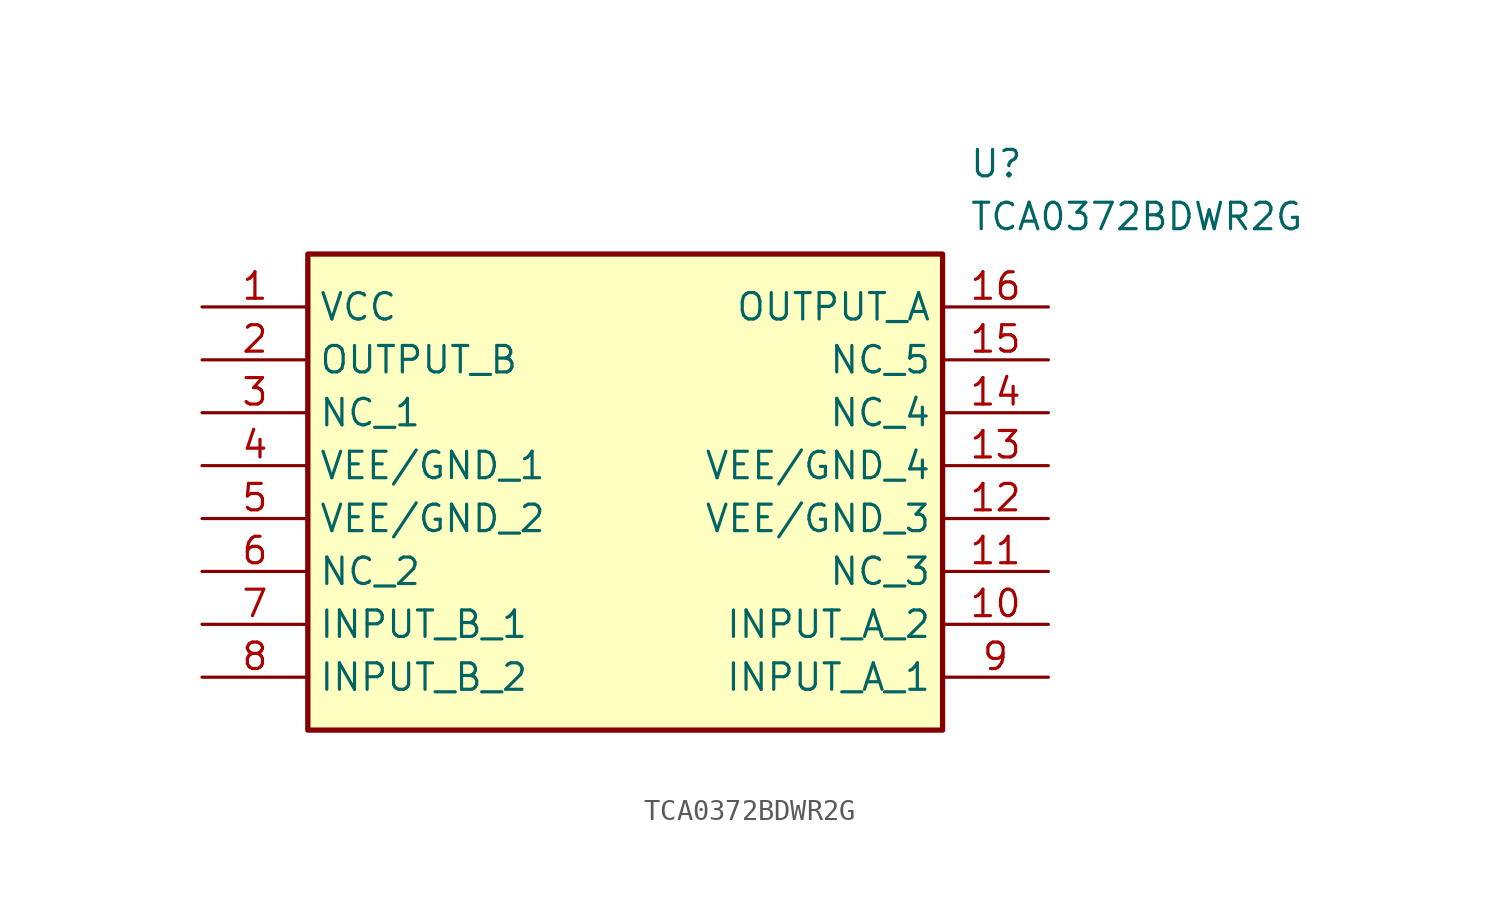
<source format=kicad_sym>
(kicad_symbol_lib
  (version 20241209)
  (generator "kicad_symbol_editor")
  (generator_version "9.0")
  (symbol "TCA0372BDWR2G"
    (property "Reference" "U"
      (at 36.83 7.62 0)
      (effects (font (size 1.27 1.27)) (justify left top)))
    (property "Value" "TCA0372BDWR2G"
      (at 36.83 5.08 0)
      (effects (font (size 1.27 1.27)) (justify left top)))
    (symbol "TCA0372BDWR2G_1_1"
      (rectangle (start 5.08 2.54) (end 35.56 -20.32) (stroke (width 0.254) (type default)) (fill (type background)))
      (pin passive line (at 0 0 0) (length 5.08) (name "VCC" (effects (font (size 1.27 1.27)))) (number "1" (effects (font (size 1.27 1.27)))))
      (pin passive line (at 0 -2.54 0) (length 5.08) (name "OUTPUT_B" (effects (font (size 1.27 1.27)))) (number "2" (effects (font (size 1.27 1.27)))))
      (pin passive line (at 0 -5.08 0) (length 5.08) (name "NC_1" (effects (font (size 1.27 1.27)))) (number "3" (effects (font (size 1.27 1.27)))))
      (pin passive line (at 0 -7.62 0) (length 5.08) (name "VEE/GND_1" (effects (font (size 1.27 1.27)))) (number "4" (effects (font (size 1.27 1.27)))))
      (pin passive line (at 0 -10.16 0) (length 5.08) (name "VEE/GND_2" (effects (font (size 1.27 1.27)))) (number "5" (effects (font (size 1.27 1.27)))))
      (pin passive line (at 0 -12.7 0) (length 5.08) (name "NC_2" (effects (font (size 1.27 1.27)))) (number "6" (effects (font (size 1.27 1.27)))))
      (pin passive line (at 0 -15.24 0) (length 5.08) (name "INPUT_B_1" (effects (font (size 1.27 1.27)))) (number "7" (effects (font (size 1.27 1.27)))))
      (pin passive line (at 0 -17.78 0) (length 5.08) (name "INPUT_B_2" (effects (font (size 1.27 1.27)))) (number "8" (effects (font (size 1.27 1.27)))))
      (pin passive line (at 40.64 0 180) (length 5.08) (name "OUTPUT_A" (effects (font (size 1.27 1.27)))) (number "16" (effects (font (size 1.27 1.27)))))
      (pin passive line (at 40.64 -2.54 180) (length 5.08) (name "NC_5" (effects (font (size 1.27 1.27)))) (number "15" (effects (font (size 1.27 1.27)))))
      (pin passive line (at 40.64 -5.08 180) (length 5.08) (name "NC_4" (effects (font (size 1.27 1.27)))) (number "14" (effects (font (size 1.27 1.27)))))
      (pin passive line (at 40.64 -7.62 180) (length 5.08) (name "VEE/GND_4" (effects (font (size 1.27 1.27)))) (number "13" (effects (font (size 1.27 1.27)))))
      (pin passive line (at 40.64 -10.16 180) (length 5.08) (name "VEE/GND_3" (effects (font (size 1.27 1.27)))) (number "12" (effects (font (size 1.27 1.27)))))
      (pin passive line (at 40.64 -12.7 180) (length 5.08) (name "NC_3" (effects (font (size 1.27 1.27)))) (number "11" (effects (font (size 1.27 1.27)))))
      (pin passive line (at 40.64 -15.24 180) (length 5.08) (name "INPUT_A_2" (effects (font (size 1.27 1.27)))) (number "10" (effects (font (size 1.27 1.27)))))
      (pin passive line (at 40.64 -17.78 180) (length 5.08) (name "INPUT_A_1" (effects (font (size 1.27 1.27)))) (number "9" (effects (font (size 1.27 1.27))))))))
</source>
